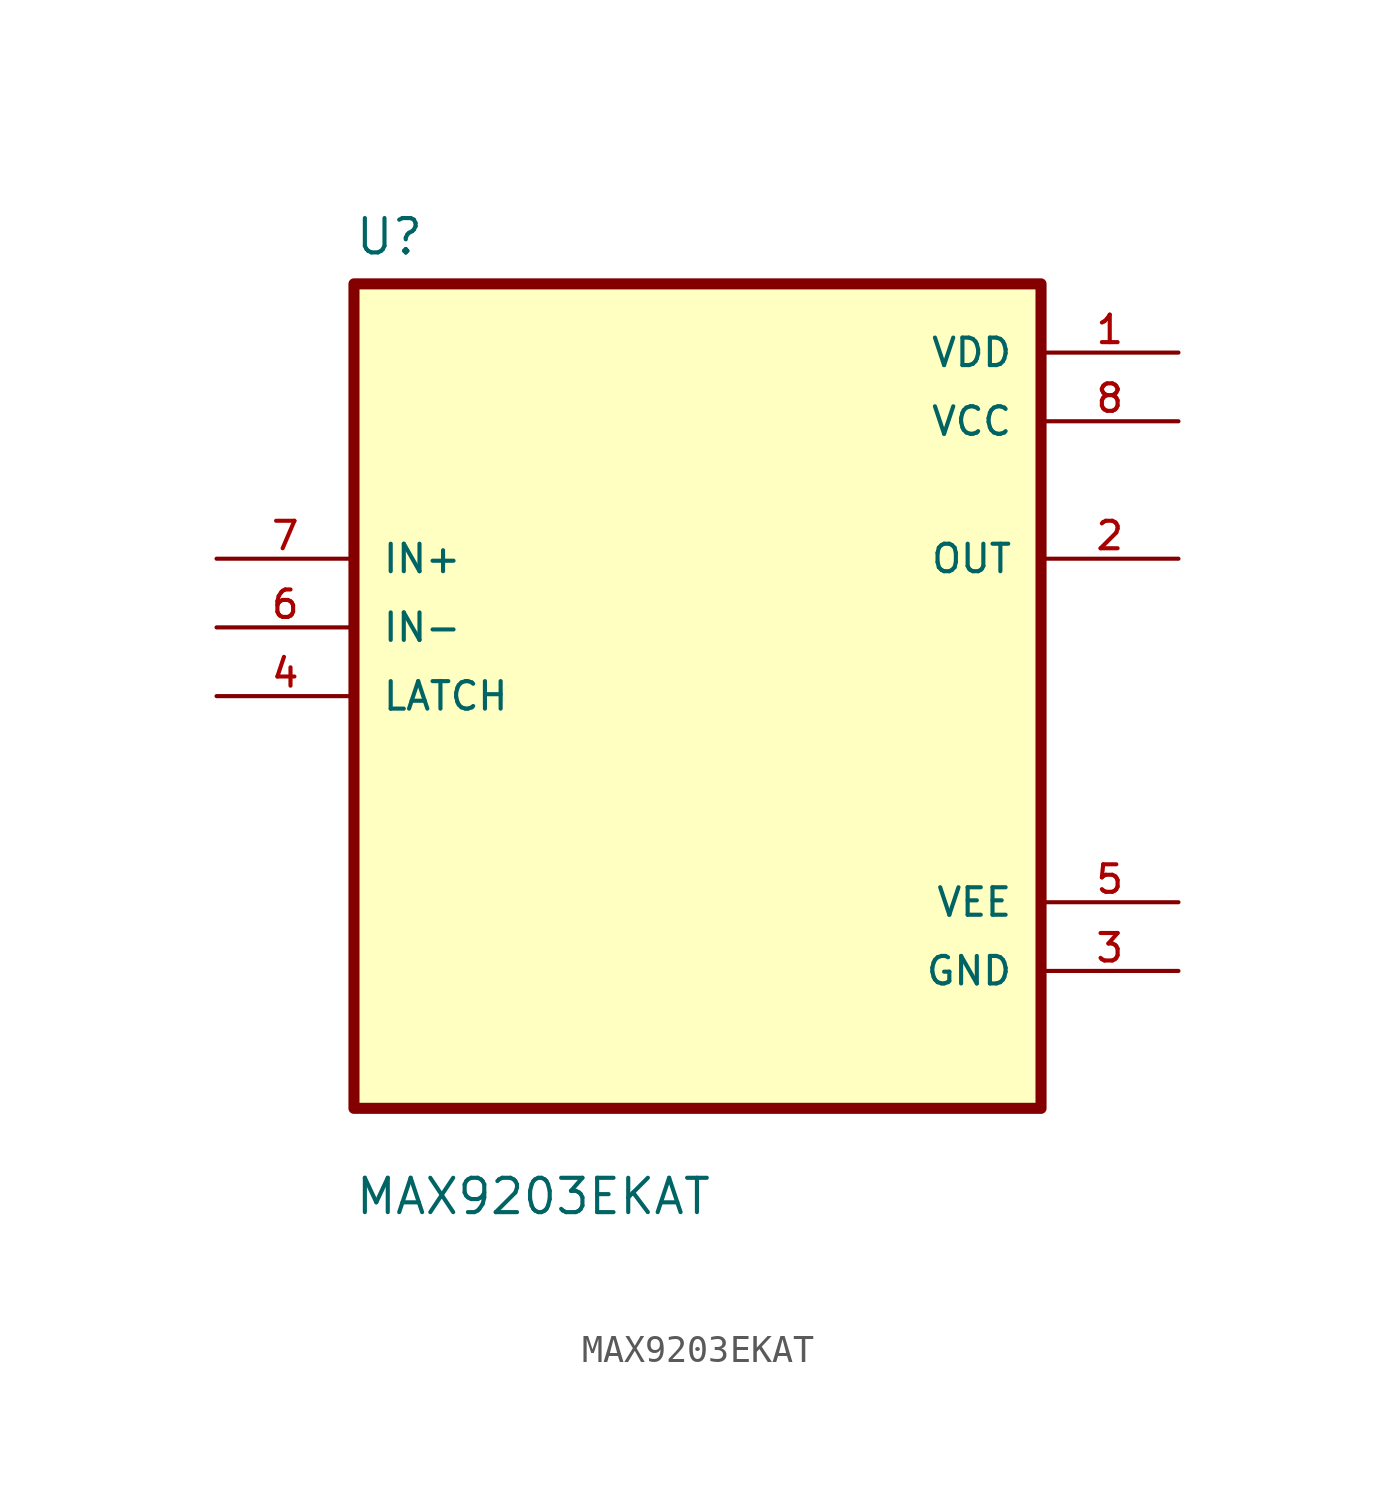
<source format=kicad_sym>
(kicad_symbol_lib
  (version 20211014)
  (generator kicad_symbol_editor)
  (symbol "MAX9203EKAT"
    (pin_names
      (offset 1.016))
    (property "Reference" "U"
      (at -12.7 16.24 0.0)
      (effects (font (size 1.27 1.27)) (justify bottom left)))
    (property "Value" "MAX9203EKAT"
      (at -12.7 -19.24 0.0)
      (effects (font (size 1.27 1.27)) (justify bottom left)))
    (symbol "MAX9203EKAT_0_0"
      (rectangle (start -12.7 -15.24) (end 12.7 15.24) (stroke (width 0.41)) (fill (type background)))
      (pin input line (at -17.78 5.08 0) (length 5.08) (name "IN+" (effects (font (size 1.016 1.016)))) (number "7" (effects (font (size 1.016 1.016)))))
      (pin input line (at -17.78 2.54 0) (length 5.08) (name "IN-" (effects (font (size 1.016 1.016)))) (number "6" (effects (font (size 1.016 1.016)))))
      (pin input line (at -17.78 0.0 0) (length 5.08) (name "LATCH" (effects (font (size 1.016 1.016)))) (number "4" (effects (font (size 1.016 1.016)))))
      (pin power_in line (at 17.78 12.7 180.0) (length 5.08) (name "VDD" (effects (font (size 1.016 1.016)))) (number "1" (effects (font (size 1.016 1.016)))))
      (pin power_in line (at 17.78 10.16 180.0) (length 5.08) (name "VCC" (effects (font (size 1.016 1.016)))) (number "8" (effects (font (size 1.016 1.016)))))
      (pin output line (at 17.78 5.08 180.0) (length 5.08) (name "OUT" (effects (font (size 1.016 1.016)))) (number "2" (effects (font (size 1.016 1.016)))))
      (pin power_in line (at 17.78 -7.62 180.0) (length 5.08) (name "VEE" (effects (font (size 1.016 1.016)))) (number "5" (effects (font (size 1.016 1.016)))))
      (pin power_in line (at 17.78 -10.16 180.0) (length 5.08) (name "GND" (effects (font (size 1.016 1.016)))) (number "3" (effects (font (size 1.016 1.016))))))))
</source>
